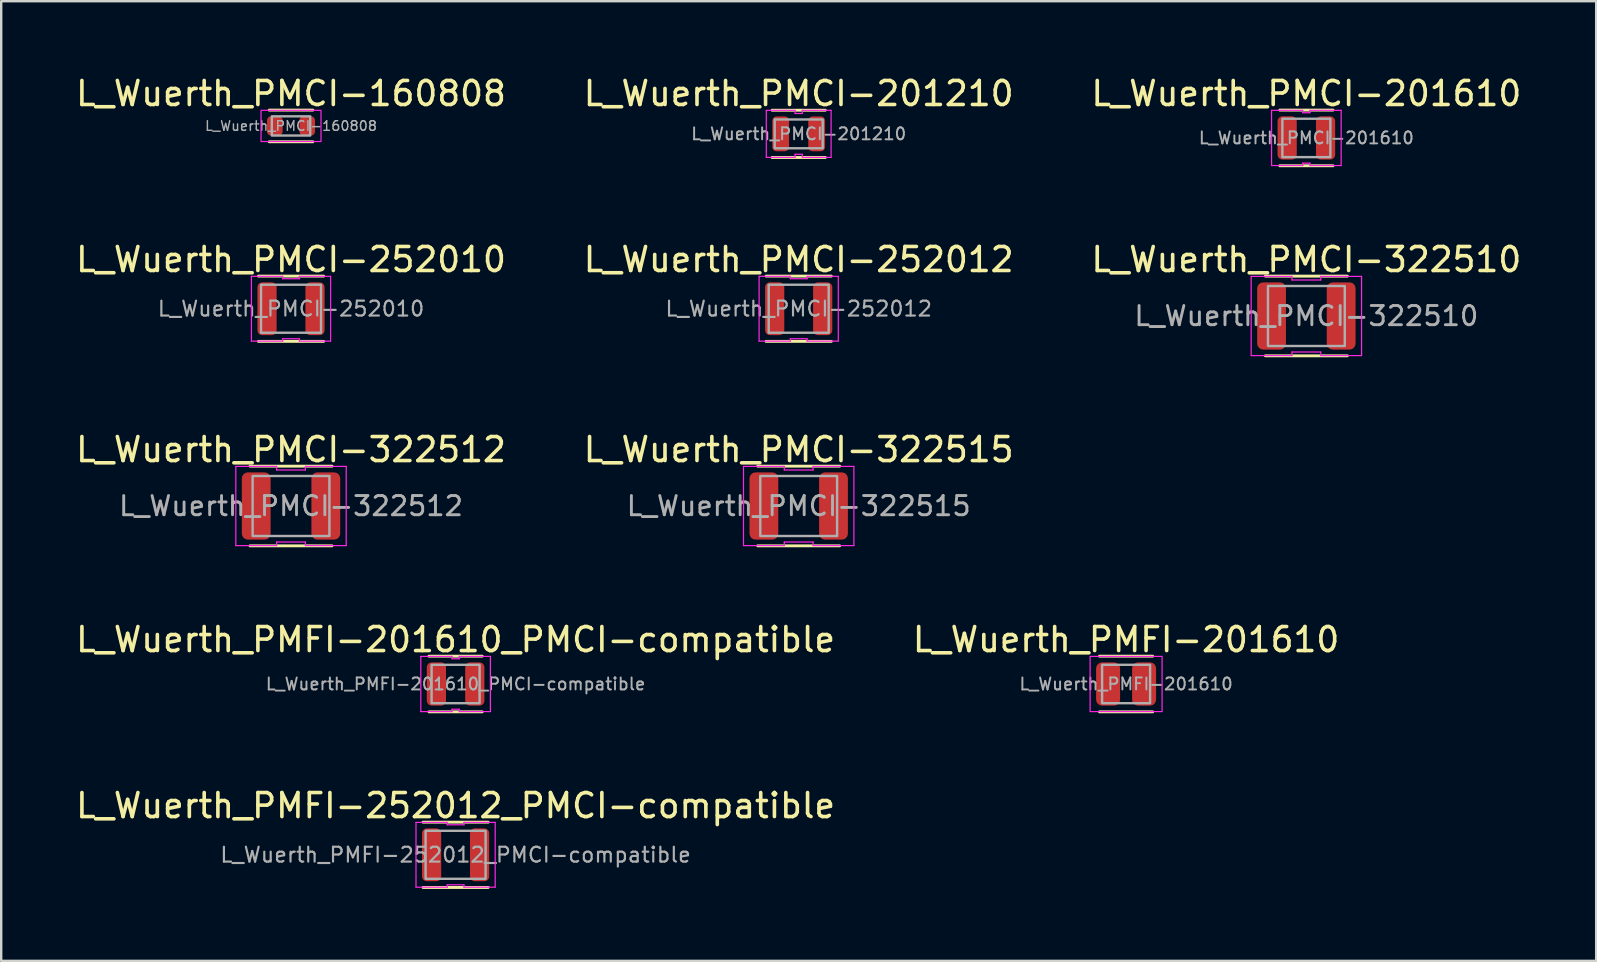
<source format=kicad_pcb>
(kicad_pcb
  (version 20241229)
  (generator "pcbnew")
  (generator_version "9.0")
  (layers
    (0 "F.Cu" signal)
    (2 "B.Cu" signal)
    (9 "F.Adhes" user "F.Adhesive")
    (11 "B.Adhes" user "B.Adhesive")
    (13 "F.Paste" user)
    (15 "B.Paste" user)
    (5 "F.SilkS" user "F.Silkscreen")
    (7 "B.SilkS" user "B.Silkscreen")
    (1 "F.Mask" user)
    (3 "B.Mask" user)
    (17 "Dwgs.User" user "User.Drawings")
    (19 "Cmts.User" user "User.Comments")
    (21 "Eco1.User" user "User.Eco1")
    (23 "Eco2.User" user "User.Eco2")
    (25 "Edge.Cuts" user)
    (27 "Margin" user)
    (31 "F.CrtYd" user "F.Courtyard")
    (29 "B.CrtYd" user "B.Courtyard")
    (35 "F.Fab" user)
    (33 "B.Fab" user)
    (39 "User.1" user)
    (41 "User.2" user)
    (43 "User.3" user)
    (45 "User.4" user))
  (footprint "L_Wuerth_PMCI-201610"
    (layer "F.Cu")
    (at 51.387 2.698)
    (property "Reference" "L_Wuerth_PMCI-201610" (at 0 -1.85 0) (layer "F.SilkS") (effects (font (size 1 1) (thickness 0.15))))
    (attr smd)
    (fp_line (start -1.11 -1.16) (end 1.11 -1.16) (stroke (width 0.12) (type solid)) (layer "F.SilkS"))
    (fp_line (start 1.11 1.16) (end -1.11 1.16) (stroke (width 0.12) (type solid)) (layer "F.SilkS"))
    (fp_line (start -1.45 -1.15) (end -0.15 -1.15) (stroke (width 0.05) (type solid)) (layer "F.CrtYd"))
    (fp_line (start -1.45 1.15) (end -1.45 -1.15) (stroke (width 0.05) (type solid)) (layer "F.CrtYd"))
    (fp_line (start -0.15 -1.15) (end -0.15 -1.05) (stroke (width 0.05) (type solid)) (layer "F.CrtYd"))
    (fp_line (start -0.15 -1.05) (end 0.15 -1.05) (stroke (width 0.05) (type solid)) (layer "F.CrtYd"))
    (fp_line (start -0.15 1.05) (end -0.15 1.15) (stroke (width 0.05) (type solid)) (layer "F.CrtYd"))
    (fp_line (start -0.15 1.15) (end -1.45 1.15) (stroke (width 0.05) (type solid)) (layer "F.CrtYd"))
    (fp_line (start 0.15 -1.15) (end 1.45 -1.15) (stroke (width 0.05) (type solid)) (layer "F.CrtYd"))
    (fp_line (start 0.15 -1.05) (end 0.15 -1.15) (stroke (width 0.05) (type solid)) (layer "F.CrtYd"))
    (fp_line (start 0.15 1.05) (end -0.15 1.05) (stroke (width 0.05) (type solid)) (layer "F.CrtYd"))
    (fp_line (start 0.15 1.15) (end 0.15 1.05) (stroke (width 0.05) (type solid)) (layer "F.CrtYd"))
    (fp_line (start 1.45 -1.15) (end 1.45 1.15) (stroke (width 0.05) (type solid)) (layer "F.CrtYd"))
    (fp_line (start 1.45 1.15) (end 0.15 1.15) (stroke (width 0.05) (type solid)) (layer "F.CrtYd"))
    (fp_rect (start -1 -0.8) (end 1 0.8) (stroke (width 0.1) (type solid)) (fill no) (layer "F.Fab"))
    (fp_text user "${REFERENCE}" (at 0 0 0) (layer "F.Fab") (effects (font (size 0.5 0.5) (thickness 0.08))))
    (pad "1" smd roundrect (at -0.8 0) (size 0.8 1.8) (layers "F.Cu" "F.Mask" "F.Paste") (roundrect_rratio 0.25))
    (pad "2" smd roundrect (at 0.8 0) (size 0.8 1.8) (layers "F.Cu" "F.Mask" "F.Paste") (roundrect_rratio 0.25)))
  (footprint "L_Wuerth_PMFI-252012_PMCI-compatible"
    (layer "F.Cu")
    (at 15.935 32.571)
    (property "Reference" "L_Wuerth_PMFI-252012_PMCI-compatible" (at 0 -2.05 0) (layer "F.SilkS") (effects (font (size 1 1) (thickness 0.15))))
    (attr smd)
    (fp_line (start -1.36 -1.36) (end 1.36 -1.36) (stroke (width 0.12) (type solid)) (layer "F.SilkS"))
    (fp_line (start 1.36 1.36) (end -1.36 1.36) (stroke (width 0.12) (type solid)) (layer "F.SilkS"))
    (fp_line (start -1.65 -1.35) (end -0.35 -1.35) (stroke (width 0.05) (type solid)) (layer "F.CrtYd"))
    (fp_line (start -1.65 1.35) (end -1.65 -1.35) (stroke (width 0.05) (type solid)) (layer "F.CrtYd"))
    (fp_line (start -0.35 -1.35) (end -0.35 -1.25) (stroke (width 0.05) (type solid)) (layer "F.CrtYd"))
    (fp_line (start -0.35 -1.25) (end 0.35 -1.25) (stroke (width 0.05) (type solid)) (layer "F.CrtYd"))
    (fp_line (start -0.35 1.25) (end -0.35 1.35) (stroke (width 0.05) (type solid)) (layer "F.CrtYd"))
    (fp_line (start -0.35 1.35) (end -1.65 1.35) (stroke (width 0.05) (type solid)) (layer "F.CrtYd"))
    (fp_line (start 0.35 -1.35) (end 1.65 -1.35) (stroke (width 0.05) (type solid)) (layer "F.CrtYd"))
    (fp_line (start 0.35 -1.25) (end 0.35 -1.35) (stroke (width 0.05) (type solid)) (layer "F.CrtYd"))
    (fp_line (start 0.35 1.25) (end -0.35 1.25) (stroke (width 0.05) (type solid)) (layer "F.CrtYd"))
    (fp_line (start 0.35 1.35) (end 0.35 1.25) (stroke (width 0.05) (type solid)) (layer "F.CrtYd"))
    (fp_line (start 1.65 -1.35) (end 1.65 1.35) (stroke (width 0.05) (type solid)) (layer "F.CrtYd"))
    (fp_line (start 1.65 1.35) (end 0.35 1.35) (stroke (width 0.05) (type solid)) (layer "F.CrtYd"))
    (fp_rect (start -1.25 -1) (end 1.25 1) (stroke (width 0.1) (type solid)) (fill no) (layer "F.Fab"))
    (fp_text user "${REFERENCE}" (at 0 0 0) (layer "F.Fab") (effects (font (size 0.62 0.62) (thickness 0.09))))
    (pad "1" smd roundrect (at -1 0) (size 0.8 2.2) (layers "F.Cu" "F.Mask" "F.Paste") (roundrect_rratio 0.25))
    (pad "2" smd roundrect (at 1 0) (size 0.8 2.2) (layers "F.Cu" "F.Mask" "F.Paste") (roundrect_rratio 0.25)))
  (footprint "L_Wuerth_PMCI-322512"
    (layer "F.Cu")
    (at 9.077 18.035)
    (property "Reference" "L_Wuerth_PMCI-322512" (at 0 -2.35 0) (layer "F.SilkS") (effects (font (size 1 1) (thickness 0.15))))
    (attr smd)
    (fp_line (start -1.71 -1.66) (end 1.71 -1.66) (stroke (width 0.12) (type solid)) (layer "F.SilkS"))
    (fp_line (start 1.71 1.66) (end -1.71 1.66) (stroke (width 0.12) (type solid)) (layer "F.SilkS"))
    (fp_line (start -2.3 -1.65) (end -0.6 -1.65) (stroke (width 0.05) (type solid)) (layer "F.CrtYd"))
    (fp_line (start -2.3 1.65) (end -2.3 -1.65) (stroke (width 0.05) (type solid)) (layer "F.CrtYd"))
    (fp_line (start -0.6 -1.65) (end -0.6 -1.5) (stroke (width 0.05) (type solid)) (layer "F.CrtYd"))
    (fp_line (start -0.6 -1.5) (end 0.6 -1.5) (stroke (width 0.05) (type solid)) (layer "F.CrtYd"))
    (fp_line (start -0.6 1.5) (end -0.6 1.65) (stroke (width 0.05) (type solid)) (layer "F.CrtYd"))
    (fp_line (start -0.6 1.65) (end -2.3 1.65) (stroke (width 0.05) (type solid)) (layer "F.CrtYd"))
    (fp_line (start 0.6 -1.65) (end 2.3 -1.65) (stroke (width 0.05) (type solid)) (layer "F.CrtYd"))
    (fp_line (start 0.6 -1.5) (end 0.6 -1.65) (stroke (width 0.05) (type solid)) (layer "F.CrtYd"))
    (fp_line (start 0.6 1.5) (end -0.6 1.5) (stroke (width 0.05) (type solid)) (layer "F.CrtYd"))
    (fp_line (start 0.6 1.65) (end 0.6 1.5) (stroke (width 0.05) (type solid)) (layer "F.CrtYd"))
    (fp_line (start 2.3 -1.65) (end 2.3 1.65) (stroke (width 0.05) (type solid)) (layer "F.CrtYd"))
    (fp_line (start 2.3 1.65) (end 0.6 1.65) (stroke (width 0.05) (type solid)) (layer "F.CrtYd"))
    (fp_rect (start -1.6 -1.25) (end 1.6 1.25) (stroke (width 0.1) (type solid)) (fill no) (layer "F.Fab"))
    (fp_text user "${REFERENCE}" (at 0 0 0) (layer "F.Fab") (effects (font (size 0.8 0.8) (thickness 0.12))))
    (pad "1" smd roundrect (at -1.45 0) (size 1.2 2.8) (layers "F.Cu" "F.Mask" "F.Paste") (roundrect_rratio 0.208))
    (pad "2" smd roundrect (at 1.45 0) (size 1.2 2.8) (layers "F.Cu" "F.Mask" "F.Paste") (roundrect_rratio 0.208)))
  (footprint "L_Wuerth_PMCI-322515"
    (layer "F.Cu")
    (at 30.232 18.035)
    (property "Reference" "L_Wuerth_PMCI-322515" (at 0 -2.35 0) (layer "F.SilkS") (effects (font (size 1 1) (thickness 0.15))))
    (attr smd)
    (fp_line (start -1.71 -1.66) (end 1.71 -1.66) (stroke (width 0.12) (type solid)) (layer "F.SilkS"))
    (fp_line (start 1.71 1.66) (end -1.71 1.66) (stroke (width 0.12) (type solid)) (layer "F.SilkS"))
    (fp_line (start -2.3 -1.65) (end -0.6 -1.65) (stroke (width 0.05) (type solid)) (layer "F.CrtYd"))
    (fp_line (start -2.3 1.65) (end -2.3 -1.65) (stroke (width 0.05) (type solid)) (layer "F.CrtYd"))
    (fp_line (start -0.6 -1.65) (end -0.6 -1.5) (stroke (width 0.05) (type solid)) (layer "F.CrtYd"))
    (fp_line (start -0.6 -1.5) (end 0.6 -1.5) (stroke (width 0.05) (type solid)) (layer "F.CrtYd"))
    (fp_line (start -0.6 1.5) (end -0.6 1.65) (stroke (width 0.05) (type solid)) (layer "F.CrtYd"))
    (fp_line (start -0.6 1.65) (end -2.3 1.65) (stroke (width 0.05) (type solid)) (layer "F.CrtYd"))
    (fp_line (start 0.6 -1.65) (end 2.3 -1.65) (stroke (width 0.05) (type solid)) (layer "F.CrtYd"))
    (fp_line (start 0.6 -1.5) (end 0.6 -1.65) (stroke (width 0.05) (type solid)) (layer "F.CrtYd"))
    (fp_line (start 0.6 1.5) (end -0.6 1.5) (stroke (width 0.05) (type solid)) (layer "F.CrtYd"))
    (fp_line (start 0.6 1.65) (end 0.6 1.5) (stroke (width 0.05) (type solid)) (layer "F.CrtYd"))
    (fp_line (start 2.3 -1.65) (end 2.3 1.65) (stroke (width 0.05) (type solid)) (layer "F.CrtYd"))
    (fp_line (start 2.3 1.65) (end 0.6 1.65) (stroke (width 0.05) (type solid)) (layer "F.CrtYd"))
    (fp_rect (start -1.6 -1.25) (end 1.6 1.25) (stroke (width 0.1) (type solid)) (fill no) (layer "F.Fab"))
    (fp_text user "${REFERENCE}" (at 0 0 0) (layer "F.Fab") (effects (font (size 0.8 0.8) (thickness 0.12))))
    (pad "1" smd roundrect (at -1.45 0) (size 1.2 2.8) (layers "F.Cu" "F.Mask" "F.Paste") (roundrect_rratio 0.208))
    (pad "2" smd roundrect (at 1.45 0) (size 1.2 2.8) (layers "F.Cu" "F.Mask" "F.Paste") (roundrect_rratio 0.208)))
  (footprint "L_Wuerth_PMCI-322510"
    (layer "F.Cu")
    (at 51.387 10.117)
    (property "Reference" "L_Wuerth_PMCI-322510" (at 0 -2.35 0) (layer "F.SilkS") (effects (font (size 1 1) (thickness 0.15))))
    (attr smd)
    (fp_line (start -1.71 -1.66) (end 1.71 -1.66) (stroke (width 0.12) (type solid)) (layer "F.SilkS"))
    (fp_line (start 1.71 1.66) (end -1.71 1.66) (stroke (width 0.12) (type solid)) (layer "F.SilkS"))
    (fp_line (start -2.3 -1.65) (end -0.6 -1.65) (stroke (width 0.05) (type solid)) (layer "F.CrtYd"))
    (fp_line (start -2.3 1.65) (end -2.3 -1.65) (stroke (width 0.05) (type solid)) (layer "F.CrtYd"))
    (fp_line (start -0.6 -1.65) (end -0.6 -1.5) (stroke (width 0.05) (type solid)) (layer "F.CrtYd"))
    (fp_line (start -0.6 -1.5) (end 0.6 -1.5) (stroke (width 0.05) (type solid)) (layer "F.CrtYd"))
    (fp_line (start -0.6 1.5) (end -0.6 1.65) (stroke (width 0.05) (type solid)) (layer "F.CrtYd"))
    (fp_line (start -0.6 1.65) (end -2.3 1.65) (stroke (width 0.05) (type solid)) (layer "F.CrtYd"))
    (fp_line (start 0.6 -1.65) (end 2.3 -1.65) (stroke (width 0.05) (type solid)) (layer "F.CrtYd"))
    (fp_line (start 0.6 -1.5) (end 0.6 -1.65) (stroke (width 0.05) (type solid)) (layer "F.CrtYd"))
    (fp_line (start 0.6 1.5) (end -0.6 1.5) (stroke (width 0.05) (type solid)) (layer "F.CrtYd"))
    (fp_line (start 0.6 1.65) (end 0.6 1.5) (stroke (width 0.05) (type solid)) (layer "F.CrtYd"))
    (fp_line (start 2.3 -1.65) (end 2.3 1.65) (stroke (width 0.05) (type solid)) (layer "F.CrtYd"))
    (fp_line (start 2.3 1.65) (end 0.6 1.65) (stroke (width 0.05) (type solid)) (layer "F.CrtYd"))
    (fp_rect (start -1.6 -1.25) (end 1.6 1.25) (stroke (width 0.1) (type solid)) (fill no) (layer "F.Fab"))
    (fp_text user "${REFERENCE}" (at 0 0 0) (layer "F.Fab") (effects (font (size 0.8 0.8) (thickness 0.12))))
    (pad "1" smd roundrect (at -1.45 0) (size 1.2 2.8) (layers "F.Cu" "F.Mask" "F.Paste") (roundrect_rratio 0.208))
    (pad "2" smd roundrect (at 1.45 0) (size 1.2 2.8) (layers "F.Cu" "F.Mask" "F.Paste") (roundrect_rratio 0.208)))
  (footprint "L_Wuerth_PMFI-201610"
    (layer "F.Cu")
    (at 43.875 25.453)
    (property "Reference" "L_Wuerth_PMFI-201610" (at 0 -1.85 0) (layer "F.SilkS") (effects (font (size 1 1) (thickness 0.15))))
    (attr smd)
    (fp_line (start -1.11 -1.16) (end 1.11 -1.16) (stroke (width 0.12) (type solid)) (layer "F.SilkS"))
    (fp_line (start 1.11 1.16) (end -1.11 1.16) (stroke (width 0.12) (type solid)) (layer "F.SilkS"))
    (fp_rect (start -1.5 -1.15) (end 1.5 1.15) (stroke (width 0.05) (type solid)) (fill no) (layer "F.CrtYd"))
    (fp_rect (start -1 -0.8) (end 1 0.8) (stroke (width 0.1) (type solid)) (fill no) (layer "F.Fab"))
    (fp_text user "${REFERENCE}" (at 0 0 0) (layer "F.Fab") (effects (font (size 0.5 0.5) (thickness 0.08))))
    (pad "1" smd roundrect (at -0.75 0) (size 1 1.8) (layers "F.Cu" "F.Mask" "F.Paste") (roundrect_rratio 0.25))
    (pad "2" smd roundrect (at 0.75 0) (size 1 1.8) (layers "F.Cu" "F.Mask" "F.Paste") (roundrect_rratio 0.25)))
  (footprint "L_Wuerth_PMCI-252012"
    (layer "F.Cu")
    (at 30.232 9.816)
    (property "Reference" "L_Wuerth_PMCI-252012" (at 0 -2.05 0) (layer "F.SilkS") (effects (font (size 1 1) (thickness 0.15))))
    (attr smd)
    (fp_line (start -1.36 -1.36) (end 1.36 -1.36) (stroke (width 0.12) (type solid)) (layer "F.SilkS"))
    (fp_line (start 1.36 1.36) (end -1.36 1.36) (stroke (width 0.12) (type solid)) (layer "F.SilkS"))
    (fp_line (start -1.65 -1.35) (end -0.35 -1.35) (stroke (width 0.05) (type solid)) (layer "F.CrtYd"))
    (fp_line (start -1.65 1.35) (end -1.65 -1.35) (stroke (width 0.05) (type solid)) (layer "F.CrtYd"))
    (fp_line (start -0.35 -1.35) (end -0.35 -1.25) (stroke (width 0.05) (type solid)) (layer "F.CrtYd"))
    (fp_line (start -0.35 -1.25) (end 0.35 -1.25) (stroke (width 0.05) (type solid)) (layer "F.CrtYd"))
    (fp_line (start -0.35 1.25) (end -0.35 1.35) (stroke (width 0.05) (type solid)) (layer "F.CrtYd"))
    (fp_line (start -0.35 1.35) (end -1.65 1.35) (stroke (width 0.05) (type solid)) (layer "F.CrtYd"))
    (fp_line (start 0.35 -1.35) (end 1.65 -1.35) (stroke (width 0.05) (type solid)) (layer "F.CrtYd"))
    (fp_line (start 0.35 -1.25) (end 0.35 -1.35) (stroke (width 0.05) (type solid)) (layer "F.CrtYd"))
    (fp_line (start 0.35 1.25) (end -0.35 1.25) (stroke (width 0.05) (type solid)) (layer "F.CrtYd"))
    (fp_line (start 0.35 1.35) (end 0.35 1.25) (stroke (width 0.05) (type solid)) (layer "F.CrtYd"))
    (fp_line (start 1.65 -1.35) (end 1.65 1.35) (stroke (width 0.05) (type solid)) (layer "F.CrtYd"))
    (fp_line (start 1.65 1.35) (end 0.35 1.35) (stroke (width 0.05) (type solid)) (layer "F.CrtYd"))
    (fp_rect (start -1.25 -1) (end 1.25 1) (stroke (width 0.1) (type solid)) (fill no) (layer "F.Fab"))
    (fp_text user "${REFERENCE}" (at 0 0 0) (layer "F.Fab") (effects (font (size 0.62 0.62) (thickness 0.09))))
    (pad "1" smd roundrect (at -1 0) (size 0.8 2.2) (layers "F.Cu" "F.Mask" "F.Paste") (roundrect_rratio 0.25))
    (pad "2" smd roundrect (at 1 0) (size 0.8 2.2) (layers "F.Cu" "F.Mask" "F.Paste") (roundrect_rratio 0.25)))
  (footprint "L_Wuerth_PMCI-160808"
    (layer "F.Cu")
    (at 9.077 2.198)
    (property "Reference" "L_Wuerth_PMCI-160808" (at 0 -1.35 0) (layer "F.SilkS") (effects (font (size 1 1) (thickness 0.15))))
    (attr smd)
    (fp_line (start -0.91 -0.66) (end 0.91 -0.66) (stroke (width 0.12) (type solid)) (layer "F.SilkS"))
    (fp_line (start 0.91 0.66) (end -0.91 0.66) (stroke (width 0.12) (type solid)) (layer "F.SilkS"))
    (fp_rect (start -1.25 -0.65) (end 1.25 0.65) (stroke (width 0.05) (type solid)) (fill no) (layer "F.CrtYd"))
    (fp_rect (start -0.8 -0.4) (end 0.8 0.4) (stroke (width 0.1) (type solid)) (fill no) (layer "F.Fab"))
    (fp_text user "${REFERENCE}" (at 0 0 0) (layer "F.Fab") (effects (font (size 0.4 0.4) (thickness 0.06))))
    (pad "1" smd roundrect (at -0.675 0) (size 0.65 0.8) (layers "F.Cu" "F.Mask" "F.Paste") (roundrect_rratio 0.25))
    (pad "2" smd roundrect (at 0.675 0) (size 0.65 0.8) (layers "F.Cu" "F.Mask" "F.Paste") (roundrect_rratio 0.25)))
  (footprint "L_Wuerth_PMCI-252010"
    (layer "F.Cu")
    (at 9.077 9.816)
    (property "Reference" "L_Wuerth_PMCI-252010" (at 0 -2.05 0) (layer "F.SilkS") (effects (font (size 1 1) (thickness 0.15))))
    (attr smd)
    (fp_line (start -1.36 -1.36) (end 1.36 -1.36) (stroke (width 0.12) (type solid)) (layer "F.SilkS"))
    (fp_line (start 1.36 1.36) (end -1.36 1.36) (stroke (width 0.12) (type solid)) (layer "F.SilkS"))
    (fp_line (start -1.65 -1.35) (end -0.35 -1.35) (stroke (width 0.05) (type solid)) (layer "F.CrtYd"))
    (fp_line (start -1.65 1.35) (end -1.65 -1.35) (stroke (width 0.05) (type solid)) (layer "F.CrtYd"))
    (fp_line (start -0.35 -1.35) (end -0.35 -1.25) (stroke (width 0.05) (type solid)) (layer "F.CrtYd"))
    (fp_line (start -0.35 -1.25) (end 0.35 -1.25) (stroke (width 0.05) (type solid)) (layer "F.CrtYd"))
    (fp_line (start -0.35 1.25) (end -0.35 1.35) (stroke (width 0.05) (type solid)) (layer "F.CrtYd"))
    (fp_line (start -0.35 1.35) (end -1.65 1.35) (stroke (width 0.05) (type solid)) (layer "F.CrtYd"))
    (fp_line (start 0.35 -1.35) (end 1.65 -1.35) (stroke (width 0.05) (type solid)) (layer "F.CrtYd"))
    (fp_line (start 0.35 -1.25) (end 0.35 -1.35) (stroke (width 0.05) (type solid)) (layer "F.CrtYd"))
    (fp_line (start 0.35 1.25) (end -0.35 1.25) (stroke (width 0.05) (type solid)) (layer "F.CrtYd"))
    (fp_line (start 0.35 1.35) (end 0.35 1.25) (stroke (width 0.05) (type solid)) (layer "F.CrtYd"))
    (fp_line (start 1.65 -1.35) (end 1.65 1.35) (stroke (width 0.05) (type solid)) (layer "F.CrtYd"))
    (fp_line (start 1.65 1.35) (end 0.35 1.35) (stroke (width 0.05) (type solid)) (layer "F.CrtYd"))
    (fp_rect (start -1.25 -1) (end 1.25 1) (stroke (width 0.1) (type solid)) (fill no) (layer "F.Fab"))
    (fp_text user "${REFERENCE}" (at 0 0 0) (layer "F.Fab") (effects (font (size 0.62 0.62) (thickness 0.09))))
    (pad "1" smd roundrect (at -1 0) (size 0.8 2.2) (layers "F.Cu" "F.Mask" "F.Paste") (roundrect_rratio 0.25))
    (pad "2" smd roundrect (at 1 0) (size 0.8 2.2) (layers "F.Cu" "F.Mask" "F.Paste") (roundrect_rratio 0.25)))
  (footprint "L_Wuerth_PMCI-201210"
    (layer "F.Cu")
    (at 30.232 2.528)
    (property "Reference" "L_Wuerth_PMCI-201210" (at 0 -1.68 0) (layer "F.SilkS") (effects (font (size 1 1) (thickness 0.15))))
    (attr smd)
    (fp_line (start -1.11 -0.985) (end 1.11 -0.985) (stroke (width 0.12) (type solid)) (layer "F.SilkS"))
    (fp_line (start 1.11 0.985) (end -1.11 0.985) (stroke (width 0.12) (type solid)) (layer "F.SilkS"))
    (fp_line (start -1.35 -0.98) (end -0.15 -0.98) (stroke (width 0.05) (type solid)) (layer "F.CrtYd"))
    (fp_line (start -1.35 0.98) (end -1.35 -0.98) (stroke (width 0.05) (type solid)) (layer "F.CrtYd"))
    (fp_line (start -0.15 -0.98) (end -0.15 -0.85) (stroke (width 0.05) (type solid)) (layer "F.CrtYd"))
    (fp_line (start -0.15 -0.85) (end 0.15 -0.85) (stroke (width 0.05) (type solid)) (layer "F.CrtYd"))
    (fp_line (start -0.15 0.85) (end -0.15 0.98) (stroke (width 0.05) (type solid)) (layer "F.CrtYd"))
    (fp_line (start -0.15 0.98) (end -1.35 0.98) (stroke (width 0.05) (type solid)) (layer "F.CrtYd"))
    (fp_line (start 0.15 -0.98) (end 1.35 -0.98) (stroke (width 0.05) (type solid)) (layer "F.CrtYd"))
    (fp_line (start 0.15 -0.85) (end 0.15 -0.98) (stroke (width 0.05) (type solid)) (layer "F.CrtYd"))
    (fp_line (start 0.15 0.85) (end -0.15 0.85) (stroke (width 0.05) (type solid)) (layer "F.CrtYd"))
    (fp_line (start 0.15 0.98) (end 0.15 0.85) (stroke (width 0.05) (type solid)) (layer "F.CrtYd"))
    (fp_line (start 1.35 -0.98) (end 1.35 0.98) (stroke (width 0.05) (type solid)) (layer "F.CrtYd"))
    (fp_line (start 1.35 0.98) (end 0.15 0.98) (stroke (width 0.05) (type solid)) (layer "F.CrtYd"))
    (fp_rect (start -1 -0.6) (end 1 0.6) (stroke (width 0.1) (type solid)) (fill no) (layer "F.Fab"))
    (fp_text user "${REFERENCE}" (at 0 0 0) (layer "F.Fab") (effects (font (size 0.5 0.5) (thickness 0.08))))
    (pad "1" smd roundrect (at -0.75 0) (size 0.7 1.45) (layers "F.Cu" "F.Mask" "F.Paste") (roundrect_rratio 0.25))
    (pad "2" smd roundrect (at 0.75 0) (size 0.7 1.45) (layers "F.Cu" "F.Mask" "F.Paste") (roundrect_rratio 0.25)))
  (footprint "L_Wuerth_PMFI-201610_PMCI-compatible"
    (layer "F.Cu")
    (at 15.935 25.453)
    (property "Reference" "L_Wuerth_PMFI-201610_PMCI-compatible" (at 0 -1.85 0) (layer "F.SilkS") (effects (font (size 1 1) (thickness 0.15))))
    (attr smd)
    (fp_line (start -1.11 -1.16) (end 1.11 -1.16) (stroke (width 0.12) (type solid)) (layer "F.SilkS"))
    (fp_line (start 1.11 1.16) (end -1.11 1.16) (stroke (width 0.12) (type solid)) (layer "F.SilkS"))
    (fp_line (start -1.45 -1.15) (end -0.15 -1.15) (stroke (width 0.05) (type solid)) (layer "F.CrtYd"))
    (fp_line (start -1.45 1.15) (end -1.45 -1.15) (stroke (width 0.05) (type solid)) (layer "F.CrtYd"))
    (fp_line (start -0.15 -1.15) (end -0.15 -1.05) (stroke (width 0.05) (type solid)) (layer "F.CrtYd"))
    (fp_line (start -0.15 -1.05) (end 0.15 -1.05) (stroke (width 0.05) (type solid)) (layer "F.CrtYd"))
    (fp_line (start -0.15 1.05) (end -0.15 1.15) (stroke (width 0.05) (type solid)) (layer "F.CrtYd"))
    (fp_line (start -0.15 1.15) (end -1.45 1.15) (stroke (width 0.05) (type solid)) (layer "F.CrtYd"))
    (fp_line (start 0.15 -1.15) (end 1.45 -1.15) (stroke (width 0.05) (type solid)) (layer "F.CrtYd"))
    (fp_line (start 0.15 -1.05) (end 0.15 -1.15) (stroke (width 0.05) (type solid)) (layer "F.CrtYd"))
    (fp_line (start 0.15 1.05) (end -0.15 1.05) (stroke (width 0.05) (type solid)) (layer "F.CrtYd"))
    (fp_line (start 0.15 1.15) (end 0.15 1.05) (stroke (width 0.05) (type solid)) (layer "F.CrtYd"))
    (fp_line (start 1.45 -1.15) (end 1.45 1.15) (stroke (width 0.05) (type solid)) (layer "F.CrtYd"))
    (fp_line (start 1.45 1.15) (end 0.15 1.15) (stroke (width 0.05) (type solid)) (layer "F.CrtYd"))
    (fp_rect (start -1 -0.8) (end 1 0.8) (stroke (width 0.1) (type solid)) (fill no) (layer "F.Fab"))
    (fp_text user "${REFERENCE}" (at 0 0 0) (layer "F.Fab") (effects (font (size 0.5 0.5) (thickness 0.08))))
    (pad "1" smd roundrect (at -0.8 0) (size 0.8 1.8) (layers "F.Cu" "F.Mask" "F.Paste") (roundrect_rratio 0.25))
    (pad "2" smd roundrect (at 0.8 0) (size 0.8 1.8) (layers "F.Cu" "F.Mask" "F.Paste") (roundrect_rratio 0.25)))
  (gr_rect
    (start -3 -3)
    (end 63.464 36.991)
    (stroke (width 0.1) (type default))
    (fill no)
    (layer "Edge.Cuts")))
</source>
